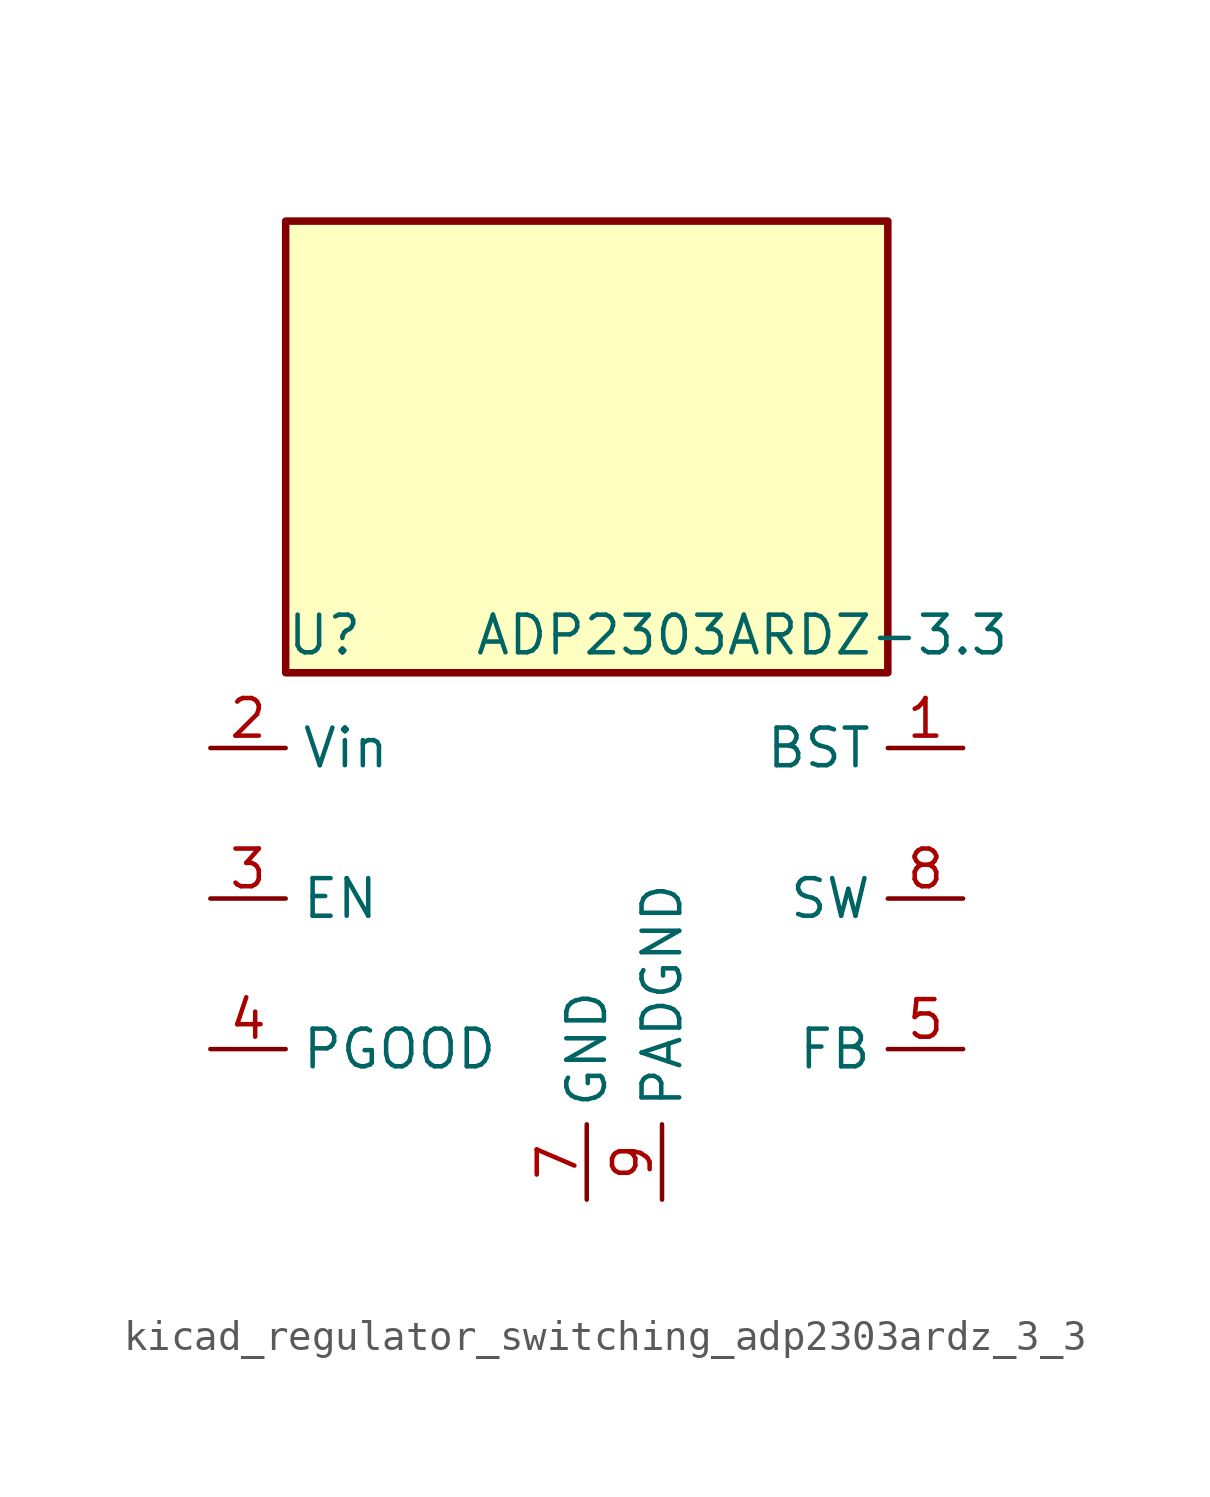
<source format=kicad_sym>
(kicad_symbol_lib
  (version 20220914)
  (generator kicad_symbol_editor)
  (symbol "kicad_regulator_switching_adp2303ardz_3_3"
    (property "Reference" "U"
      (at -10.16 8.89 0)
      (effects (font (size 1.27 1.27)) (justify left)))
    (property "Value" "ADP2303ARDZ-3.3"
      (at -3.81 8.89 0)
      (effects (font (size 1.27 1.27)) (justify left)))
    (symbol "kicad_regulator_switching_adp2303ardz_3_3_0_1"
      (rectangle (start 10.16 22.86) (end -10.16 7.62) (stroke (width 0.254) (type default)) (fill (type background))))
    (symbol "kicad_regulator_switching_adp2303ardz_3_3_1_1"
      (pin input line (at 12.7 5.08 180) (length 2.54) (name "BST" (effects (font (size 1.27 1.27)))) (number "1" (effects (font (size 1.27 1.27)))))
      (pin power_in line (at -12.7 5.08 0) (length 2.54) (name "Vin" (effects (font (size 1.27 1.27)))) (number "2" (effects (font (size 1.27 1.27)))))
      (pin input line (at -12.7 0 0) (length 2.54) (name "EN" (effects (font (size 1.27 1.27)))) (number "3" (effects (font (size 1.27 1.27)))))
      (pin output line (at -12.7 -5.08 0) (length 2.54) (name "PGOOD" (effects (font (size 1.27 1.27)))) (number "4" (effects (font (size 1.27 1.27)))))
      (pin input line (at 12.7 -5.08 180) (length 2.54) (name "FB" (effects (font (size 1.27 1.27)))) (number "5" (effects (font (size 1.27 1.27)))))
      (pin no_connect line (at -10.16 2.54 0) (length 2.54) hide (name "NC" (effects (font (size 1.27 1.27)))) (number "6" (effects (font (size 1.27 1.27)))))
      (pin power_in line (at 0 -10.16 90) (length 2.54) (name "GND" (effects (font (size 1.27 1.27)))) (number "7" (effects (font (size 1.27 1.27)))))
      (pin power_out line (at 12.7 0 180) (length 2.54) (name "SW" (effects (font (size 1.27 1.27)))) (number "8" (effects (font (size 1.27 1.27)))))
      (pin power_in line (at 2.54 -10.16 90) (length 2.54) (name "PADGND" (effects (font (size 1.27 1.27)))) (number "9" (effects (font (size 1.27 1.27))))))))
</source>
